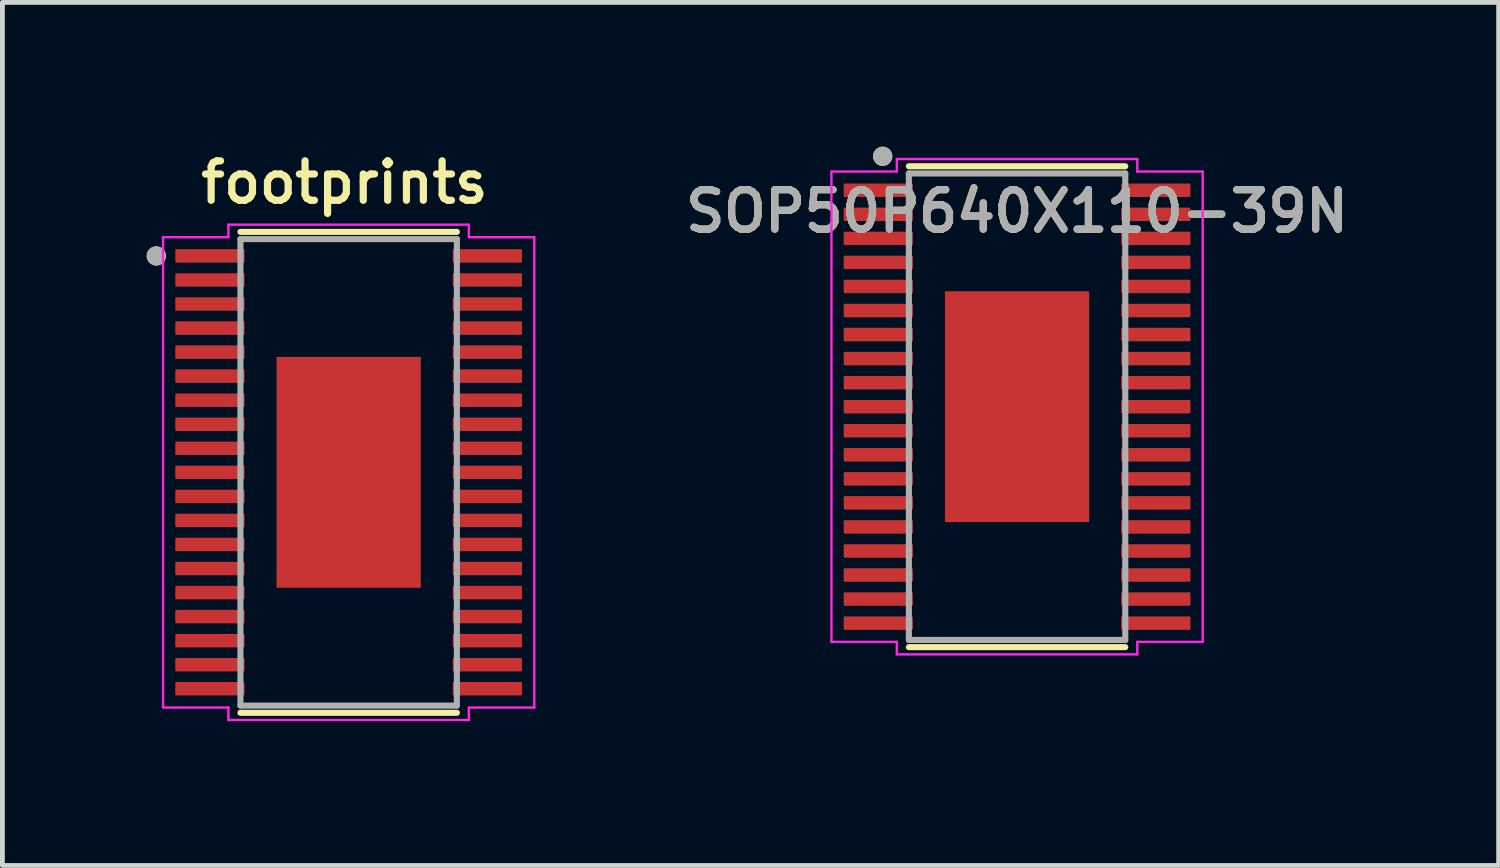
<source format=kicad_pcb>
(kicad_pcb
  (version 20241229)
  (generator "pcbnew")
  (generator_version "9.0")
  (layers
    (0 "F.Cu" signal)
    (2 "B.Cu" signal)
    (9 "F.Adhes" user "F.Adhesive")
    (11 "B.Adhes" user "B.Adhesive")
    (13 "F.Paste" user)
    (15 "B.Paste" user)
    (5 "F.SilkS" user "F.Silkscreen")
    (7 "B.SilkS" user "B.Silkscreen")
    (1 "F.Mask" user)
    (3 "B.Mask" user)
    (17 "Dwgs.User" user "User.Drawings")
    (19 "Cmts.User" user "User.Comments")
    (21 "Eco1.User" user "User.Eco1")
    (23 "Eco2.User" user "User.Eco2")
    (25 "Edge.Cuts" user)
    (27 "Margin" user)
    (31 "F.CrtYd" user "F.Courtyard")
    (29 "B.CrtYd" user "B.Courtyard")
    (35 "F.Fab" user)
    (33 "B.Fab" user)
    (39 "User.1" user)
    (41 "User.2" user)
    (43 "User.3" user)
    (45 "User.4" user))
  (footprint "SOP50P640X110-39N"
    (layer "F.Cu")
    (at 18.099 5.407)
    (property "Reference" "SOP50P640X110-39N" (at 0 -4.064 0) (layer "F.SilkS") (effects (font (size 0.82 0.82) (thickness 0.15))))
    (attr through_hole)
    (fp_line (start 2.25 -5) (end -2.25 -5) (stroke (width 0.127) (type solid)) (layer "F.SilkS"))
    (fp_line (start 2.25 5) (end -2.25 5) (stroke (width 0.127) (type solid)) (layer "F.SilkS"))
    (fp_circle (center -2.794 -5.207) (end -2.694 -5.207) (stroke (width 0.2) (type solid)) (fill no) (layer "F.SilkS"))
    (fp_poly (pts (xy -1.055 -1.955) (xy -0.225 -1.955) (xy -0.225 -0.225) (xy -1.055 -0.225)) (stroke (width 0.01) (type solid)) (fill yes) (layer "F.Paste"))
    (fp_poly (pts (xy -1.055 0.225) (xy -0.225 0.225) (xy -0.225 1.955) (xy -1.055 1.955)) (stroke (width 0.01) (type solid)) (fill yes) (layer "F.Paste"))
    (fp_poly (pts (xy 0.225 -1.955) (xy 1.055 -1.955) (xy 1.055 -0.225) (xy 0.225 -0.225)) (stroke (width 0.01) (type solid)) (fill yes) (layer "F.Paste"))
    (fp_poly (pts (xy 0.225 0.225) (xy 1.055 0.225) (xy 1.055 1.955) (xy 0.225 1.955)) (stroke (width 0.01) (type solid)) (fill yes) (layer "F.Paste"))
    (fp_line (start -3.86 -4.89) (end -2.5 -4.89) (stroke (width 0.05) (type solid)) (layer "F.CrtYd"))
    (fp_line (start -3.86 4.89) (end -3.86 -4.89) (stroke (width 0.05) (type solid)) (layer "F.CrtYd"))
    (fp_line (start -2.5 -5.15) (end 2.5 -5.15) (stroke (width 0.05) (type solid)) (layer "F.CrtYd"))
    (fp_line (start -2.5 -4.89) (end -2.5 -5.15) (stroke (width 0.05) (type solid)) (layer "F.CrtYd"))
    (fp_line (start -2.5 4.89) (end -3.86 4.89) (stroke (width 0.05) (type solid)) (layer "F.CrtYd"))
    (fp_line (start -2.5 5.15) (end -2.5 4.89) (stroke (width 0.05) (type solid)) (layer "F.CrtYd"))
    (fp_line (start 2.5 -5.15) (end 2.5 -4.89) (stroke (width 0.05) (type solid)) (layer "F.CrtYd"))
    (fp_line (start 2.5 -4.89) (end 3.86 -4.89) (stroke (width 0.05) (type solid)) (layer "F.CrtYd"))
    (fp_line (start 2.5 4.89) (end 2.5 5.15) (stroke (width 0.05) (type solid)) (layer "F.CrtYd"))
    (fp_line (start 2.5 5.15) (end -2.5 5.15) (stroke (width 0.05) (type solid)) (layer "F.CrtYd"))
    (fp_line (start 3.86 -4.89) (end 3.86 4.89) (stroke (width 0.05) (type solid)) (layer "F.CrtYd"))
    (fp_line (start 3.86 4.89) (end 2.5 4.89) (stroke (width 0.05) (type solid)) (layer "F.CrtYd"))
    (fp_line (start -2.25 -4.85) (end -2.25 4.85) (stroke (width 0.127) (type solid)) (layer "F.Fab"))
    (fp_line (start -2.25 4.85) (end 2.25 4.85) (stroke (width 0.127) (type solid)) (layer "F.Fab"))
    (fp_line (start 2.25 -4.85) (end -2.25 -4.85) (stroke (width 0.127) (type solid)) (layer "F.Fab"))
    (fp_line (start 2.25 4.85) (end 2.25 -4.85) (stroke (width 0.127) (type solid)) (layer "F.Fab"))
    (fp_circle (center -2.794 -5.207) (end -2.694 -5.207) (stroke (width 0.2) (type solid)) (fill no) (layer "F.Fab"))
    (fp_text user "${REFERENCE}" (at 0 -4.064 0) (layer "F.Fab") (effects (font (size 0.82 0.82) (thickness 0.15))))
    (pad "1" smd roundrect (at -2.885 -4.5) (size 1.44 0.28) (layers "F.Cu" "F.Mask" "F.Paste") (roundrect_rratio 0.07))
    (pad "2" smd roundrect (at -2.885 -4) (size 1.44 0.28) (layers "F.Cu" "F.Mask" "F.Paste") (roundrect_rratio 0.07))
    (pad "3" smd roundrect (at -2.885 -3.5) (size 1.44 0.28) (layers "F.Cu" "F.Mask" "F.Paste") (roundrect_rratio 0.07))
    (pad "4" smd roundrect (at -2.885 -3) (size 1.44 0.28) (layers "F.Cu" "F.Mask" "F.Paste") (roundrect_rratio 0.07))
    (pad "5" smd roundrect (at -2.885 -2.5) (size 1.44 0.28) (layers "F.Cu" "F.Mask" "F.Paste") (roundrect_rratio 0.07))
    (pad "6" smd roundrect (at -2.885 -2) (size 1.44 0.28) (layers "F.Cu" "F.Mask" "F.Paste") (roundrect_rratio 0.07))
    (pad "7" smd roundrect (at -2.885 -1.5) (size 1.44 0.28) (layers "F.Cu" "F.Mask" "F.Paste") (roundrect_rratio 0.07))
    (pad "8" smd roundrect (at -2.885 -1) (size 1.44 0.28) (layers "F.Cu" "F.Mask" "F.Paste") (roundrect_rratio 0.07))
    (pad "9" smd roundrect (at -2.885 -0.5) (size 1.44 0.28) (layers "F.Cu" "F.Mask" "F.Paste") (roundrect_rratio 0.07))
    (pad "10" smd roundrect (at -2.885 0) (size 1.44 0.28) (layers "F.Cu" "F.Mask" "F.Paste") (roundrect_rratio 0.07))
    (pad "11" smd roundrect (at -2.885 0.5) (size 1.44 0.28) (layers "F.Cu" "F.Mask" "F.Paste") (roundrect_rratio 0.07))
    (pad "12" smd roundrect (at -2.885 1) (size 1.44 0.28) (layers "F.Cu" "F.Mask" "F.Paste") (roundrect_rratio 0.07))
    (pad "13" smd roundrect (at -2.885 1.5) (size 1.44 0.28) (layers "F.Cu" "F.Mask" "F.Paste") (roundrect_rratio 0.07))
    (pad "14" smd roundrect (at -2.885 2) (size 1.44 0.28) (layers "F.Cu" "F.Mask" "F.Paste") (roundrect_rratio 0.07))
    (pad "15" smd roundrect (at -2.885 2.5) (size 1.44 0.28) (layers "F.Cu" "F.Mask" "F.Paste") (roundrect_rratio 0.07))
    (pad "16" smd roundrect (at -2.885 3) (size 1.44 0.28) (layers "F.Cu" "F.Mask" "F.Paste") (roundrect_rratio 0.07))
    (pad "17" smd roundrect (at -2.885 3.5) (size 1.44 0.28) (layers "F.Cu" "F.Mask" "F.Paste") (roundrect_rratio 0.07))
    (pad "18" smd roundrect (at -2.885 4) (size 1.44 0.28) (layers "F.Cu" "F.Mask" "F.Paste") (roundrect_rratio 0.07))
    (pad "19" smd roundrect (at -2.885 4.5) (size 1.44 0.28) (layers "F.Cu" "F.Mask" "F.Paste") (roundrect_rratio 0.07))
    (pad "20" smd roundrect (at 2.885 4.5) (size 1.44 0.28) (layers "F.Cu" "F.Mask" "F.Paste") (roundrect_rratio 0.07))
    (pad "21" smd roundrect (at 2.885 4) (size 1.44 0.28) (layers "F.Cu" "F.Mask" "F.Paste") (roundrect_rratio 0.07))
    (pad "22" smd roundrect (at 2.885 3.5) (size 1.44 0.28) (layers "F.Cu" "F.Mask" "F.Paste") (roundrect_rratio 0.07))
    (pad "23" smd roundrect (at 2.885 3) (size 1.44 0.28) (layers "F.Cu" "F.Mask" "F.Paste") (roundrect_rratio 0.07))
    (pad "24" smd roundrect (at 2.885 2.5) (size 1.44 0.28) (layers "F.Cu" "F.Mask" "F.Paste") (roundrect_rratio 0.07))
    (pad "25" smd roundrect (at 2.885 2) (size 1.44 0.28) (layers "F.Cu" "F.Mask" "F.Paste") (roundrect_rratio 0.07))
    (pad "26" smd roundrect (at 2.885 1.5) (size 1.44 0.28) (layers "F.Cu" "F.Mask" "F.Paste") (roundrect_rratio 0.07))
    (pad "27" smd roundrect (at 2.885 1) (size 1.44 0.28) (layers "F.Cu" "F.Mask" "F.Paste") (roundrect_rratio 0.07))
    (pad "28" smd roundrect (at 2.885 0.5) (size 1.44 0.28) (layers "F.Cu" "F.Mask" "F.Paste") (roundrect_rratio 0.07))
    (pad "29" smd roundrect (at 2.885 0) (size 1.44 0.28) (layers "F.Cu" "F.Mask" "F.Paste") (roundrect_rratio 0.07))
    (pad "30" smd roundrect (at 2.885 -0.5) (size 1.44 0.28) (layers "F.Cu" "F.Mask" "F.Paste") (roundrect_rratio 0.07))
    (pad "31" smd roundrect (at 2.885 -1) (size 1.44 0.28) (layers "F.Cu" "F.Mask" "F.Paste") (roundrect_rratio 0.07))
    (pad "32" smd roundrect (at 2.885 -1.5) (size 1.44 0.28) (layers "F.Cu" "F.Mask" "F.Paste") (roundrect_rratio 0.07))
    (pad "33" smd roundrect (at 2.885 -2) (size 1.44 0.28) (layers "F.Cu" "F.Mask" "F.Paste") (roundrect_rratio 0.07))
    (pad "34" smd roundrect (at 2.885 -2.5) (size 1.44 0.28) (layers "F.Cu" "F.Mask" "F.Paste") (roundrect_rratio 0.07))
    (pad "35" smd roundrect (at 2.885 -3) (size 1.44 0.28) (layers "F.Cu" "F.Mask" "F.Paste") (roundrect_rratio 0.07))
    (pad "36" smd roundrect (at 2.885 -3.5) (size 1.44 0.28) (layers "F.Cu" "F.Mask" "F.Paste") (roundrect_rratio 0.07))
    (pad "37" smd roundrect (at 2.885 -4) (size 1.44 0.28) (layers "F.Cu" "F.Mask" "F.Paste") (roundrect_rratio 0.07))
    (pad "38" smd roundrect (at 2.885 -4.5) (size 1.44 0.28) (layers "F.Cu" "F.Mask" "F.Paste") (roundrect_rratio 0.07))
    (pad "39" smd rect (at 0 0) (size 3 4.8) (layers "F.Cu" "F.Mask")))
  (footprint "footprints"
    (layer "F.Cu")
    (at 4.2 6.772)
    (property "Reference" "footprints" (at -0.087 -6.029 0) (layer "F.SilkS") (effects (font (size 0.82 0.82) (thickness 0.15))))
    (attr through_hole)
    (fp_line (start 2.25 -5) (end -2.25 -5) (stroke (width 0.127) (type solid)) (layer "F.SilkS"))
    (fp_line (start 2.25 5) (end -2.25 5) (stroke (width 0.127) (type solid)) (layer "F.SilkS"))
    (fp_circle (center -4 -4.5) (end -3.9 -4.5) (stroke (width 0.2) (type solid)) (fill no) (layer "F.SilkS"))
    (fp_poly (pts (xy -1.055 -1.955) (xy -0.225 -1.955) (xy -0.225 -0.225) (xy -1.055 -0.225)) (stroke (width 0.01) (type solid)) (fill yes) (layer "F.Paste"))
    (fp_poly (pts (xy -1.055 0.225) (xy -0.225 0.225) (xy -0.225 1.955) (xy -1.055 1.955)) (stroke (width 0.01) (type solid)) (fill yes) (layer "F.Paste"))
    (fp_poly (pts (xy 0.225 -1.955) (xy 1.055 -1.955) (xy 1.055 -0.225) (xy 0.225 -0.225)) (stroke (width 0.01) (type solid)) (fill yes) (layer "F.Paste"))
    (fp_poly (pts (xy 0.225 0.225) (xy 1.055 0.225) (xy 1.055 1.955) (xy 0.225 1.955)) (stroke (width 0.01) (type solid)) (fill yes) (layer "F.Paste"))
    (fp_line (start -3.86 -4.89) (end -2.5 -4.89) (stroke (width 0.05) (type solid)) (layer "F.CrtYd"))
    (fp_line (start -3.86 4.89) (end -3.86 -4.89) (stroke (width 0.05) (type solid)) (layer "F.CrtYd"))
    (fp_line (start -2.5 -5.15) (end 2.5 -5.15) (stroke (width 0.05) (type solid)) (layer "F.CrtYd"))
    (fp_line (start -2.5 -4.89) (end -2.5 -5.15) (stroke (width 0.05) (type solid)) (layer "F.CrtYd"))
    (fp_line (start -2.5 4.89) (end -3.86 4.89) (stroke (width 0.05) (type solid)) (layer "F.CrtYd"))
    (fp_line (start -2.5 5.15) (end -2.5 4.89) (stroke (width 0.05) (type solid)) (layer "F.CrtYd"))
    (fp_line (start 2.5 -5.15) (end 2.5 -4.89) (stroke (width 0.05) (type solid)) (layer "F.CrtYd"))
    (fp_line (start 2.5 -4.89) (end 3.86 -4.89) (stroke (width 0.05) (type solid)) (layer "F.CrtYd"))
    (fp_line (start 2.5 4.89) (end 2.5 5.15) (stroke (width 0.05) (type solid)) (layer "F.CrtYd"))
    (fp_line (start 2.5 5.15) (end -2.5 5.15) (stroke (width 0.05) (type solid)) (layer "F.CrtYd"))
    (fp_line (start 3.86 -4.89) (end 3.86 4.89) (stroke (width 0.05) (type solid)) (layer "F.CrtYd"))
    (fp_line (start 3.86 4.89) (end 2.5 4.89) (stroke (width 0.05) (type solid)) (layer "F.CrtYd"))
    (fp_line (start -2.25 -4.85) (end -2.25 4.85) (stroke (width 0.127) (type solid)) (layer "F.Fab"))
    (fp_line (start -2.25 4.85) (end 2.25 4.85) (stroke (width 0.127) (type solid)) (layer "F.Fab"))
    (fp_line (start 2.25 -4.85) (end -2.25 -4.85) (stroke (width 0.127) (type solid)) (layer "F.Fab"))
    (fp_line (start 2.25 4.85) (end 2.25 -4.85) (stroke (width 0.127) (type solid)) (layer "F.Fab"))
    (fp_circle (center -4 -4.5) (end -3.9 -4.5) (stroke (width 0.2) (type solid)) (fill no) (layer "F.Fab"))
    (pad "1" smd roundrect (at -2.885 -4.5) (size 1.44 0.28) (layers "F.Cu" "F.Mask" "F.Paste") (roundrect_rratio 0.07))
    (pad "2" smd roundrect (at -2.885 -4) (size 1.44 0.28) (layers "F.Cu" "F.Mask" "F.Paste") (roundrect_rratio 0.07))
    (pad "3" smd roundrect (at -2.885 -3.5) (size 1.44 0.28) (layers "F.Cu" "F.Mask" "F.Paste") (roundrect_rratio 0.07))
    (pad "4" smd roundrect (at -2.885 -3) (size 1.44 0.28) (layers "F.Cu" "F.Mask" "F.Paste") (roundrect_rratio 0.07))
    (pad "5" smd roundrect (at -2.885 -2.5) (size 1.44 0.28) (layers "F.Cu" "F.Mask" "F.Paste") (roundrect_rratio 0.07))
    (pad "6" smd roundrect (at -2.885 -2) (size 1.44 0.28) (layers "F.Cu" "F.Mask" "F.Paste") (roundrect_rratio 0.07))
    (pad "7" smd roundrect (at -2.885 -1.5) (size 1.44 0.28) (layers "F.Cu" "F.Mask" "F.Paste") (roundrect_rratio 0.07))
    (pad "8" smd roundrect (at -2.885 -1) (size 1.44 0.28) (layers "F.Cu" "F.Mask" "F.Paste") (roundrect_rratio 0.07))
    (pad "9" smd roundrect (at -2.885 -0.5) (size 1.44 0.28) (layers "F.Cu" "F.Mask" "F.Paste") (roundrect_rratio 0.07))
    (pad "10" smd roundrect (at -2.885 0) (size 1.44 0.28) (layers "F.Cu" "F.Mask" "F.Paste") (roundrect_rratio 0.07))
    (pad "11" smd roundrect (at -2.885 0.5) (size 1.44 0.28) (layers "F.Cu" "F.Mask" "F.Paste") (roundrect_rratio 0.07))
    (pad "12" smd roundrect (at -2.885 1) (size 1.44 0.28) (layers "F.Cu" "F.Mask" "F.Paste") (roundrect_rratio 0.07))
    (pad "13" smd roundrect (at -2.885 1.5) (size 1.44 0.28) (layers "F.Cu" "F.Mask" "F.Paste") (roundrect_rratio 0.07))
    (pad "14" smd roundrect (at -2.885 2) (size 1.44 0.28) (layers "F.Cu" "F.Mask" "F.Paste") (roundrect_rratio 0.07))
    (pad "15" smd roundrect (at -2.885 2.5) (size 1.44 0.28) (layers "F.Cu" "F.Mask" "F.Paste") (roundrect_rratio 0.07))
    (pad "16" smd roundrect (at -2.885 3) (size 1.44 0.28) (layers "F.Cu" "F.Mask" "F.Paste") (roundrect_rratio 0.07))
    (pad "17" smd roundrect (at -2.885 3.5) (size 1.44 0.28) (layers "F.Cu" "F.Mask" "F.Paste") (roundrect_rratio 0.07))
    (pad "18" smd roundrect (at -2.885 4) (size 1.44 0.28) (layers "F.Cu" "F.Mask" "F.Paste") (roundrect_rratio 0.07))
    (pad "19" smd roundrect (at -2.885 4.5) (size 1.44 0.28) (layers "F.Cu" "F.Mask" "F.Paste") (roundrect_rratio 0.07))
    (pad "20" smd roundrect (at 2.885 4.5) (size 1.44 0.28) (layers "F.Cu" "F.Mask" "F.Paste") (roundrect_rratio 0.07))
    (pad "21" smd roundrect (at 2.885 4) (size 1.44 0.28) (layers "F.Cu" "F.Mask" "F.Paste") (roundrect_rratio 0.07))
    (pad "22" smd roundrect (at 2.885 3.5) (size 1.44 0.28) (layers "F.Cu" "F.Mask" "F.Paste") (roundrect_rratio 0.07))
    (pad "23" smd roundrect (at 2.885 3) (size 1.44 0.28) (layers "F.Cu" "F.Mask" "F.Paste") (roundrect_rratio 0.07))
    (pad "24" smd roundrect (at 2.885 2.5) (size 1.44 0.28) (layers "F.Cu" "F.Mask" "F.Paste") (roundrect_rratio 0.07))
    (pad "25" smd roundrect (at 2.885 2) (size 1.44 0.28) (layers "F.Cu" "F.Mask" "F.Paste") (roundrect_rratio 0.07))
    (pad "26" smd roundrect (at 2.885 1.5) (size 1.44 0.28) (layers "F.Cu" "F.Mask" "F.Paste") (roundrect_rratio 0.07))
    (pad "27" smd roundrect (at 2.885 1) (size 1.44 0.28) (layers "F.Cu" "F.Mask" "F.Paste") (roundrect_rratio 0.07))
    (pad "28" smd roundrect (at 2.885 0.5) (size 1.44 0.28) (layers "F.Cu" "F.Mask" "F.Paste") (roundrect_rratio 0.07))
    (pad "29" smd roundrect (at 2.885 0) (size 1.44 0.28) (layers "F.Cu" "F.Mask" "F.Paste") (roundrect_rratio 0.07))
    (pad "30" smd roundrect (at 2.885 -0.5) (size 1.44 0.28) (layers "F.Cu" "F.Mask" "F.Paste") (roundrect_rratio 0.07))
    (pad "31" smd roundrect (at 2.885 -1) (size 1.44 0.28) (layers "F.Cu" "F.Mask" "F.Paste") (roundrect_rratio 0.07))
    (pad "32" smd roundrect (at 2.885 -1.5) (size 1.44 0.28) (layers "F.Cu" "F.Mask" "F.Paste") (roundrect_rratio 0.07))
    (pad "33" smd roundrect (at 2.885 -2) (size 1.44 0.28) (layers "F.Cu" "F.Mask" "F.Paste") (roundrect_rratio 0.07))
    (pad "34" smd roundrect (at 2.885 -2.5) (size 1.44 0.28) (layers "F.Cu" "F.Mask" "F.Paste") (roundrect_rratio 0.07))
    (pad "35" smd roundrect (at 2.885 -3) (size 1.44 0.28) (layers "F.Cu" "F.Mask" "F.Paste") (roundrect_rratio 0.07))
    (pad "36" smd roundrect (at 2.885 -3.5) (size 1.44 0.28) (layers "F.Cu" "F.Mask" "F.Paste") (roundrect_rratio 0.07))
    (pad "37" smd roundrect (at 2.885 -4) (size 1.44 0.28) (layers "F.Cu" "F.Mask" "F.Paste") (roundrect_rratio 0.07))
    (pad "38" smd roundrect (at 2.885 -4.5) (size 1.44 0.28) (layers "F.Cu" "F.Mask" "F.Paste") (roundrect_rratio 0.07))
    (pad "39" smd rect (at 0 0) (size 3 4.8) (layers "F.Cu" "F.Mask")))
  (gr_rect
    (start -3 -3)
    (end 28.113 14.947)
    (stroke (width 0.1) (type default))
    (fill no)
    (layer "Edge.Cuts")))
</source>
